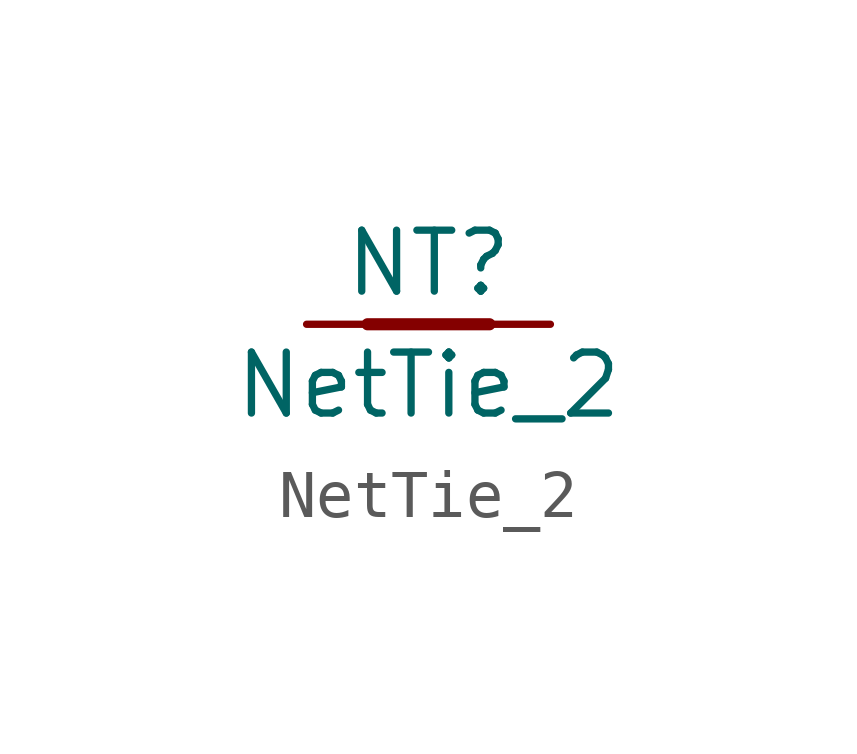
<source format=kicad_sym>
(kicad_symbol_lib
  (version 20231120)
  (generator "kicad_symbol_editor")
  (generator_version "8.0")
  (symbol "NetTie_2"
    (pin_numbers hide)
    (pin_names
      (offset 0) hide)
    (property "Reference" "NT"
      (at 0 1.27 0)
      (effects (font (size 1.27 1.27))))
    (property "Value" "NetTie_2"
      (at 0 -1.27 0)
      (effects (font (size 1.27 1.27))))
    (symbol "NetTie_2_0_1"
      (polyline (pts (xy -1.27 0) (xy 1.27 0)) (stroke (width 0.254) (type default)) (fill (type none))))
    (symbol "NetTie_2_1_1"
      (pin passive line (at -2.54 0 0) (length 2.54) (name "1" (effects (font (size 1.27 1.27)))) (number "1" (effects (font (size 1.27 1.27)))))
      (pin passive line (at 2.54 0 180) (length 2.54) (name "2" (effects (font (size 1.27 1.27)))) (number "2" (effects (font (size 1.27 1.27))))))))
</source>
